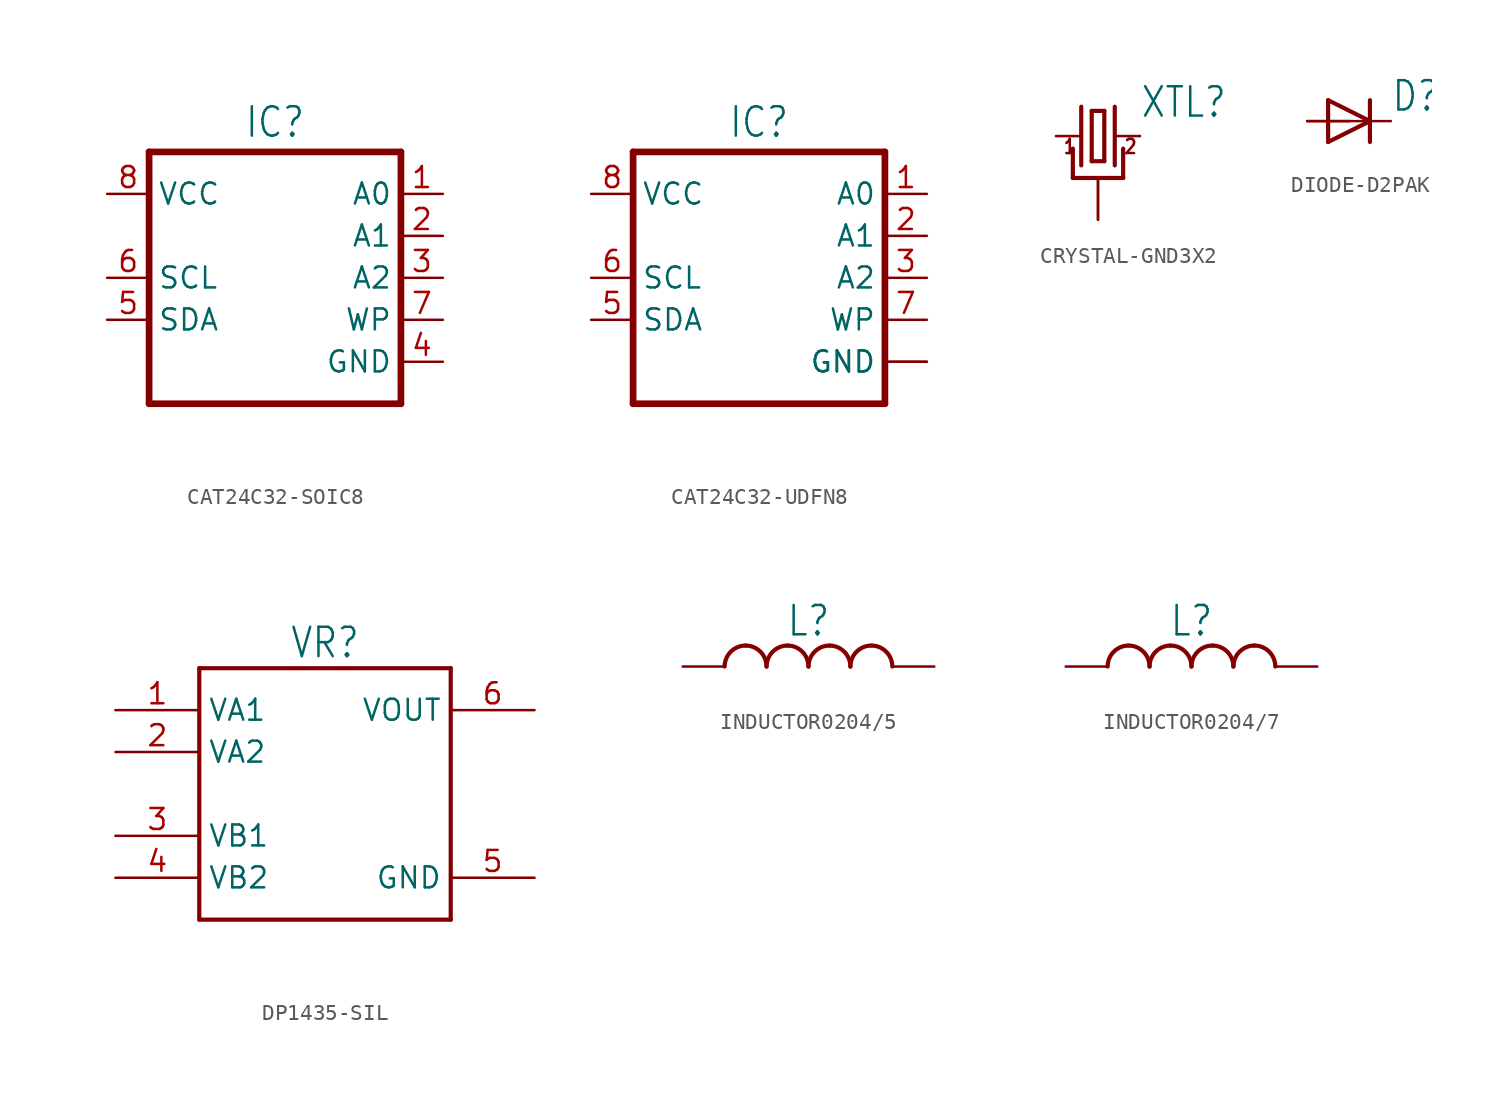
<source format=kicad_sym>
(kicad_symbol_lib
  (version 20220914)
  (generator kicad_symbol_editor)
  (symbol "CAT24C32-SOIC8"
    (property "Reference" "IC"
      (at 0 8.382 0)
      (effects (font (size 1.778 1.511)) (justify bottom)))
    (property "Value" ""
      (at 0 -10.16 0)
      (effects (font (size 1.778 1.511)) (justify bottom)))
    (property "ki_locked" ""
      (at 0 0 0)
      (effects (font (size 1.27 1.27))))
    (symbol "CAT24C32-SOIC8_1_0"
      (polyline (pts (xy -7.62 -7.62) (xy 7.62 -7.62)) (stroke (width 0.406) (type solid)) (fill (type none)))
      (polyline (pts (xy -7.62 7.62) (xy -7.62 -7.62)) (stroke (width 0.406) (type solid)) (fill (type none)))
      (polyline (pts (xy 7.62 -7.62) (xy 7.62 7.62)) (stroke (width 0.406) (type solid)) (fill (type none)))
      (polyline (pts (xy 7.62 7.62) (xy -7.62 7.62)) (stroke (width 0.406) (type solid)) (fill (type none)))
      (pin input line (at 10.16 5.08 180) (length 2.54) (name "A0" (effects (font (size 1.27 1.27)))) (number "1" (effects (font (size 1.27 1.27)))))
      (pin input line (at 10.16 2.54 180) (length 2.54) (name "A1" (effects (font (size 1.27 1.27)))) (number "2" (effects (font (size 1.27 1.27)))))
      (pin input line (at 10.16 0 180) (length 2.54) (name "A2" (effects (font (size 1.27 1.27)))) (number "3" (effects (font (size 1.27 1.27)))))
      (pin power_in line (at 10.16 -5.08 180) (length 2.54) (name "GND" (effects (font (size 1.27 1.27)))) (number "4" (effects (font (size 1.27 1.27)))))
      (pin bidirectional line (at -10.16 -2.54 0) (length 2.54) (name "SDA" (effects (font (size 1.27 1.27)))) (number "5" (effects (font (size 1.27 1.27)))))
      (pin bidirectional line (at -10.16 0 0) (length 2.54) (name "SCL" (effects (font (size 1.27 1.27)))) (number "6" (effects (font (size 1.27 1.27)))))
      (pin bidirectional line (at 10.16 -2.54 180) (length 2.54) (name "WP" (effects (font (size 1.27 1.27)))) (number "7" (effects (font (size 1.27 1.27)))))
      (pin power_in line (at -10.16 5.08 0) (length 2.54) (name "VCC" (effects (font (size 1.27 1.27)))) (number "8" (effects (font (size 1.27 1.27)))))))
  (symbol "CAT24C32-UDFN8"
    (property "Reference" "IC"
      (at 0 8.382 0)
      (effects (font (size 1.778 1.511)) (justify bottom)))
    (property "Value" ""
      (at 0 -10.16 0)
      (effects (font (size 1.778 1.511)) (justify bottom)))
    (property "ki_locked" ""
      (at 0 0 0)
      (effects (font (size 1.27 1.27))))
    (symbol "CAT24C32-UDFN8_1_0"
      (polyline (pts (xy -7.62 -7.62) (xy 7.62 -7.62)) (stroke (width 0.406) (type solid)) (fill (type none)))
      (polyline (pts (xy -7.62 7.62) (xy -7.62 -7.62)) (stroke (width 0.406) (type solid)) (fill (type none)))
      (polyline (pts (xy 7.62 -7.62) (xy 7.62 7.62)) (stroke (width 0.406) (type solid)) (fill (type none)))
      (polyline (pts (xy 7.62 7.62) (xy -7.62 7.62)) (stroke (width 0.406) (type solid)) (fill (type none)))
      (pin input line (at 10.16 5.08 180) (length 2.54) (name "A0" (effects (font (size 1.27 1.27)))) (number "1" (effects (font (size 1.27 1.27)))))
      (pin input line (at 10.16 2.54 180) (length 2.54) (name "A1" (effects (font (size 1.27 1.27)))) (number "2" (effects (font (size 1.27 1.27)))))
      (pin input line (at 10.16 0 180) (length 2.54) (name "A2" (effects (font (size 1.27 1.27)))) (number "3" (effects (font (size 1.27 1.27)))))
      (pin power_in line (at 10.16 -5.08 180) (length 2.54) (name "GND" (effects (font (size 1.27 1.27)))) (number "4" (effects (font (size 0 0)))))
      (pin bidirectional line (at -10.16 -2.54 0) (length 2.54) (name "SDA" (effects (font (size 1.27 1.27)))) (number "5" (effects (font (size 1.27 1.27)))))
      (pin bidirectional line (at -10.16 0 0) (length 2.54) (name "SCL" (effects (font (size 1.27 1.27)))) (number "6" (effects (font (size 1.27 1.27)))))
      (pin bidirectional line (at 10.16 -2.54 180) (length 2.54) (name "WP" (effects (font (size 1.27 1.27)))) (number "7" (effects (font (size 1.27 1.27)))))
      (pin power_in line (at -10.16 5.08 0) (length 2.54) (name "VCC" (effects (font (size 1.27 1.27)))) (number "8" (effects (font (size 1.27 1.27)))))
      (pin power_in line (at 10.16 -5.08 180) (length 2.54) (name "GND" (effects (font (size 1.27 1.27)))) (number "PAD" (effects (font (size 0 0)))))))
  (symbol "CRYSTAL-GND3X2"
    (property "Reference" "XTL"
      (at 2.54 1.016 0)
      (effects (font (size 1.778 1.511)) (justify left bottom)))
    (property "Value" ""
      (at 2.54 -2.54 0)
      (effects (font (size 1.778 1.511)) (justify left bottom)))
    (property "ki_locked" ""
      (at 0 0 0)
      (effects (font (size 1.27 1.27))))
    (symbol "CRYSTAL-GND3X2_1_0"
      (polyline (pts (xy -2.54 0) (xy -1.016 0)) (stroke (width 0.152) (type solid)) (fill (type none)))
      (polyline (pts (xy -1.524 -2.54) (xy -1.524 -0.762)) (stroke (width 0.254) (type solid)) (fill (type none)))
      (polyline (pts (xy -1.524 -2.54) (xy 1.524 -2.54)) (stroke (width 0.254) (type solid)) (fill (type none)))
      (polyline (pts (xy -1.016 1.778) (xy -1.016 -1.778)) (stroke (width 0.254) (type solid)) (fill (type none)))
      (polyline (pts (xy -0.381 -1.524) (xy 0.381 -1.524)) (stroke (width 0.254) (type solid)) (fill (type none)))
      (polyline (pts (xy -0.381 1.524) (xy -0.381 -1.524)) (stroke (width 0.254) (type solid)) (fill (type none)))
      (polyline (pts (xy 0.381 -1.524) (xy 0.381 1.524)) (stroke (width 0.254) (type solid)) (fill (type none)))
      (polyline (pts (xy 0.381 1.524) (xy -0.381 1.524)) (stroke (width 0.254) (type solid)) (fill (type none)))
      (polyline (pts (xy 1.016 0) (xy 2.54 0)) (stroke (width 0.152) (type solid)) (fill (type none)))
      (polyline (pts (xy 1.016 1.778) (xy 1.016 -1.778)) (stroke (width 0.254) (type solid)) (fill (type none)))
      (polyline (pts (xy 1.524 -2.54) (xy 1.524 -0.762)) (stroke (width 0.254) (type solid)) (fill (type none)))
      (text "1" (at -2.159 -1.143 0) (effects (font (size 0.864 0.734)) (justify left bottom)))
      (text "2" (at 1.524 -1.143 0) (effects (font (size 0.864 0.734)) (justify left bottom)))
      (pin passive line (at -2.54 0 0) (length 0) (name "1" (effects (font (size 0 0)))) (number "1" (effects (font (size 0 0)))))
      (pin bidirectional line (at 0 -5.08 90) (length 2.54) (name "GND" (effects (font (size 0 0)))) (number "2" (effects (font (size 0 0)))))
      (pin passive line (at 2.54 0 180) (length 0) (name "2" (effects (font (size 0 0)))) (number "3" (effects (font (size 0 0)))))
      (pin bidirectional line (at 0 -5.08 90) (length 2.54) (name "GND" (effects (font (size 0 0)))) (number "4" (effects (font (size 0 0)))))))
  (symbol "DIODE-D2PAK"
    (property "Reference" "D"
      (at 2.54 0.483 0)
      (effects (font (size 1.778 1.511)) (justify left bottom)))
    (property "Value" ""
      (at 2.54 -2.311 0)
      (effects (font (size 1.778 1.511)) (justify left bottom)))
    (property "ki_locked" ""
      (at 0 0 0)
      (effects (font (size 1.27 1.27))))
    (symbol "DIODE-D2PAK_1_0"
      (polyline (pts (xy -1.27 -1.27) (xy 1.27 0)) (stroke (width 0.254) (type solid)) (fill (type none)))
      (polyline (pts (xy -1.27 1.27) (xy -1.27 -1.27)) (stroke (width 0.254) (type solid)) (fill (type none)))
      (polyline (pts (xy 1.27 0) (xy -1.27 1.27)) (stroke (width 0.254) (type solid)) (fill (type none)))
      (polyline (pts (xy 1.27 0) (xy 1.27 -1.27)) (stroke (width 0.254) (type solid)) (fill (type none)))
      (polyline (pts (xy 1.27 1.27) (xy 1.27 0)) (stroke (width 0.254) (type solid)) (fill (type none)))
      (pin passive line (at -2.54 0 0) (length 2.54) (name "A" (effects (font (size 0 0)))) (number "1" (effects (font (size 0 0)))))
      (pin passive line (at 2.54 0 180) (length 2.54) (name "C" (effects (font (size 0 0)))) (number "2" (effects (font (size 0 0)))))
      (pin passive line (at -2.54 0 0) (length 2.54) (name "A" (effects (font (size 0 0)))) (number "3" (effects (font (size 0 0)))))))
  (symbol "DP1435-SIL"
    (property "Reference" "VR"
      (at 0 8.128 0)
      (effects (font (size 1.778 1.511)) (justify bottom)))
    (property "Value" ""
      (at 0 -10.16 0)
      (effects (font (size 1.778 1.511)) (justify bottom)))
    (property "ki_locked" ""
      (at 0 0 0)
      (effects (font (size 1.27 1.27))))
    (symbol "DP1435-SIL_1_0"
      (polyline (pts (xy -7.62 -7.62) (xy 7.62 -7.62)) (stroke (width 0.254) (type solid)) (fill (type none)))
      (polyline (pts (xy -7.62 7.62) (xy -7.62 -7.62)) (stroke (width 0.254) (type solid)) (fill (type none)))
      (polyline (pts (xy 7.62 -7.62) (xy 7.62 7.62)) (stroke (width 0.254) (type solid)) (fill (type none)))
      (polyline (pts (xy 7.62 7.62) (xy -7.62 7.62)) (stroke (width 0.254) (type solid)) (fill (type none)))
      (pin power_in line (at -12.7 5.08 0) (length 5.08) (name "VA1" (effects (font (size 1.27 1.27)))) (number "1" (effects (font (size 1.27 1.27)))))
      (pin power_in line (at -12.7 2.54 0) (length 5.08) (name "VA2" (effects (font (size 1.27 1.27)))) (number "2" (effects (font (size 1.27 1.27)))))
      (pin power_in line (at -12.7 -2.54 0) (length 5.08) (name "VB1" (effects (font (size 1.27 1.27)))) (number "3" (effects (font (size 1.27 1.27)))))
      (pin power_in line (at -12.7 -5.08 0) (length 5.08) (name "VB2" (effects (font (size 1.27 1.27)))) (number "4" (effects (font (size 1.27 1.27)))))
      (pin bidirectional line (at 12.7 -5.08 180) (length 5.08) (name "GND" (effects (font (size 1.27 1.27)))) (number "5" (effects (font (size 1.27 1.27)))))
      (pin bidirectional line (at 12.7 5.08 180) (length 5.08) (name "VOUT" (effects (font (size 1.27 1.27)))) (number "6" (effects (font (size 1.27 1.27)))))))
  (symbol "INDUCTOR0204/5"
    (property "Reference" "L"
      (at 0 3.81 0)
      (effects (font (size 1.778 1.511)) (justify top)))
    (property "Value" ""
      (at 0 -1.27 0)
      (effects (font (size 1.778 1.511)) (justify top)))
    (property "ki_locked" ""
      (at 0 0 0)
      (effects (font (size 1.27 1.27))))
    (symbol "INDUCTOR0204/5_1_0"
      (arc (start -3.81 1.27) (mid -4.708 0.898) (end -5.08 0) (stroke (width 0.254) (type solid)) (fill (type none)))
      (arc (start -2.54 0) (mid -2.912 0.898) (end -3.81 1.27) (stroke (width 0.254) (type solid)) (fill (type none)))
      (arc (start -1.27 1.27) (mid -2.168 0.898) (end -2.54 0) (stroke (width 0.254) (type solid)) (fill (type none)))
      (arc (start 0 0) (mid -0.372 0.898) (end -1.27 1.27) (stroke (width 0.254) (type solid)) (fill (type none)))
      (arc (start 1.27 1.27) (mid 0.372 0.898) (end 0 0) (stroke (width 0.254) (type solid)) (fill (type none)))
      (arc (start 2.54 0) (mid 2.168 0.898) (end 1.27 1.27) (stroke (width 0.254) (type solid)) (fill (type none)))
      (arc (start 3.81 1.27) (mid 2.912 0.898) (end 2.54 0) (stroke (width 0.254) (type solid)) (fill (type none)))
      (arc (start 5.08 0) (mid 4.708 0.898) (end 3.81 1.27) (stroke (width 0.254) (type solid)) (fill (type none)))
      (pin passive line (at -7.62 0 0) (length 2.54) (name "1" (effects (font (size 0 0)))) (number "1" (effects (font (size 0 0)))))
      (pin passive line (at 7.62 0 180) (length 2.54) (name "2" (effects (font (size 0 0)))) (number "2" (effects (font (size 0 0)))))))
  (symbol "INDUCTOR0204/7"
    (property "Reference" "L"
      (at 0 3.81 0)
      (effects (font (size 1.778 1.511)) (justify top)))
    (property "Value" ""
      (at 0 -1.27 0)
      (effects (font (size 1.778 1.511)) (justify top)))
    (property "ki_locked" ""
      (at 0 0 0)
      (effects (font (size 1.27 1.27))))
    (symbol "INDUCTOR0204/7_1_0"
      (arc (start -3.81 1.27) (mid -4.708 0.898) (end -5.08 0) (stroke (width 0.254) (type solid)) (fill (type none)))
      (arc (start -2.54 0) (mid -2.912 0.898) (end -3.81 1.27) (stroke (width 0.254) (type solid)) (fill (type none)))
      (arc (start -1.27 1.27) (mid -2.168 0.898) (end -2.54 0) (stroke (width 0.254) (type solid)) (fill (type none)))
      (arc (start 0 0) (mid -0.372 0.898) (end -1.27 1.27) (stroke (width 0.254) (type solid)) (fill (type none)))
      (arc (start 1.27 1.27) (mid 0.372 0.898) (end 0 0) (stroke (width 0.254) (type solid)) (fill (type none)))
      (arc (start 2.54 0) (mid 2.168 0.898) (end 1.27 1.27) (stroke (width 0.254) (type solid)) (fill (type none)))
      (arc (start 3.81 1.27) (mid 2.912 0.898) (end 2.54 0) (stroke (width 0.254) (type solid)) (fill (type none)))
      (arc (start 5.08 0) (mid 4.708 0.898) (end 3.81 1.27) (stroke (width 0.254) (type solid)) (fill (type none)))
      (pin passive line (at -7.62 0 0) (length 2.54) (name "1" (effects (font (size 0 0)))) (number "1" (effects (font (size 0 0)))))
      (pin passive line (at 7.62 0 180) (length 2.54) (name "2" (effects (font (size 0 0)))) (number "2" (effects (font (size 0 0))))))))
</source>
